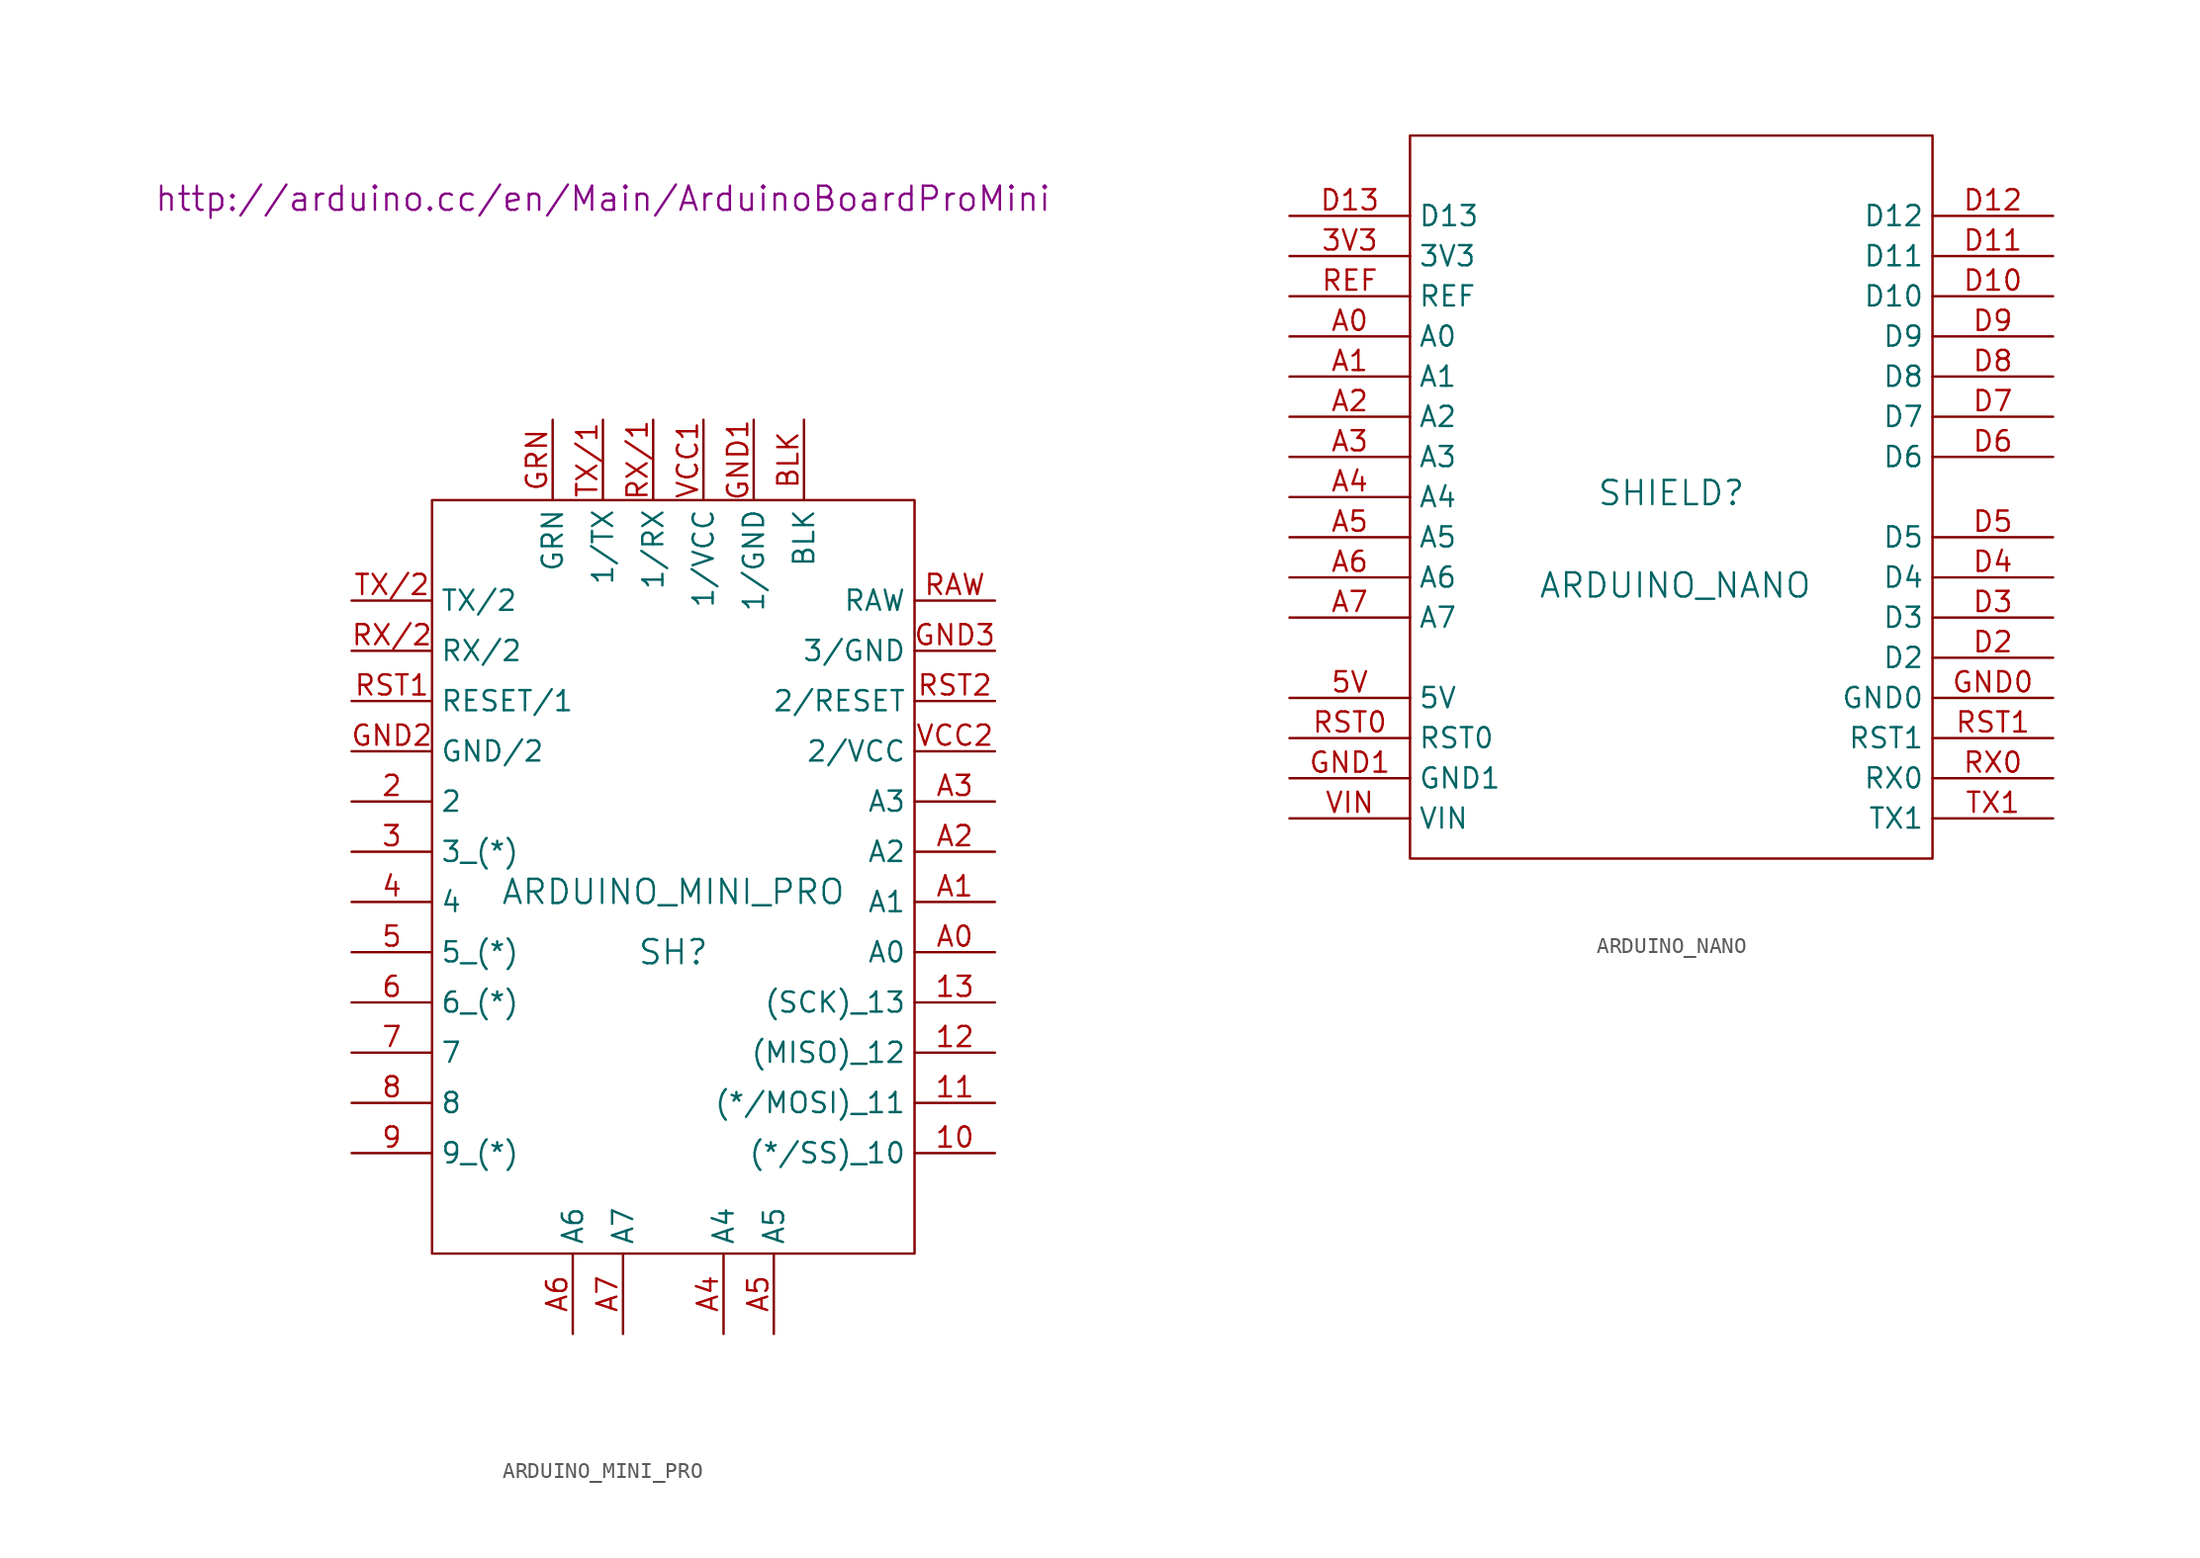
<source format=kicad_sym>
(kicad_symbol_lib
  (version 20201005)
  (generator kicad_symbol_editor)
  (symbol "Zimprich:ARDUINO_MINI_PRO"
    (property "Reference" "SH"
      (at 0 -3.81 0)
      (effects (font (size 1.524 1.524))))
    (property "Value" "ARDUINO_MINI_PRO"
      (at 0 0 0)
      (effects (font (size 1.524 1.524))))
    (property "Footprint" ""
      (at -4.445 43.815 0)
      (effects (font (size 1.524 1.524))))
    (property "Datasheet" "http://arduino.cc/en/Main/ArduinoBoardProMini"
      (at -4.445 43.815 0)
      (effects (font (size 1.524 1.524))))
    (symbol "ARDUINO_MINI_PRO_0_1"
      (rectangle (start 15.24 24.765) (end -15.24 -22.86) (stroke (width 0)) (fill (type none))))
    (symbol "ARDUINO_MINI_PRO_1_1"
      (pin input line (at 20.32 -16.51 180) (length 5.08) (name "(*/SS)_10" (effects (font (size 1.27 1.27)))) (number "10" (effects (font (size 1.27 1.27)))))
      (pin input line (at 20.32 -13.335 180) (length 5.08) (name "(*/MOSI)_11" (effects (font (size 1.27 1.27)))) (number "11" (effects (font (size 1.27 1.27)))))
      (pin input line (at 20.32 -10.16 180) (length 5.08) (name "(MISO)_12" (effects (font (size 1.27 1.27)))) (number "12" (effects (font (size 1.27 1.27)))))
      (pin input line (at 20.32 -6.985 180) (length 5.08) (name "(SCK)_13" (effects (font (size 1.27 1.27)))) (number "13" (effects (font (size 1.27 1.27)))))
      (pin input line (at -20.32 5.715 0) (length 5.08) (name "2" (effects (font (size 1.27 1.27)))) (number "2" (effects (font (size 1.27 1.27)))))
      (pin input line (at -20.32 2.54 0) (length 5.08) (name "3_(*)" (effects (font (size 1.27 1.27)))) (number "3" (effects (font (size 1.27 1.27)))))
      (pin input line (at -20.32 -0.635 0) (length 5.08) (name "4" (effects (font (size 1.27 1.27)))) (number "4" (effects (font (size 1.27 1.27)))))
      (pin input line (at -20.32 -3.81 0) (length 5.08) (name "5_(*)" (effects (font (size 1.27 1.27)))) (number "5" (effects (font (size 1.27 1.27)))))
      (pin input line (at -20.32 -6.985 0) (length 5.08) (name "6_(*)" (effects (font (size 1.27 1.27)))) (number "6" (effects (font (size 1.27 1.27)))))
      (pin input line (at -20.32 -10.16 0) (length 5.08) (name "7" (effects (font (size 1.27 1.27)))) (number "7" (effects (font (size 1.27 1.27)))))
      (pin input line (at -20.32 -13.335 0) (length 5.08) (name "8" (effects (font (size 1.27 1.27)))) (number "8" (effects (font (size 1.27 1.27)))))
      (pin input line (at -20.32 -16.51 0) (length 5.08) (name "9_(*)" (effects (font (size 1.27 1.27)))) (number "9" (effects (font (size 1.27 1.27)))))
      (pin input line (at 20.32 -3.81 180) (length 5.08) (name "A0" (effects (font (size 1.27 1.27)))) (number "A0" (effects (font (size 1.27 1.27)))))
      (pin input line (at 20.32 -0.635 180) (length 5.08) (name "A1" (effects (font (size 1.27 1.27)))) (number "A1" (effects (font (size 1.27 1.27)))))
      (pin input line (at 20.32 2.54 180) (length 5.08) (name "A2" (effects (font (size 1.27 1.27)))) (number "A2" (effects (font (size 1.27 1.27)))))
      (pin input line (at 20.32 5.715 180) (length 5.08) (name "A3" (effects (font (size 1.27 1.27)))) (number "A3" (effects (font (size 1.27 1.27)))))
      (pin input line (at 3.175 -27.94 90) (length 5.08) (name "A4" (effects (font (size 1.27 1.27)))) (number "A4" (effects (font (size 1.27 1.27)))))
      (pin input line (at 6.35 -27.94 90) (length 5.08) (name "A5" (effects (font (size 1.27 1.27)))) (number "A5" (effects (font (size 1.27 1.27)))))
      (pin input line (at -6.35 -27.94 90) (length 5.08) (name "A6" (effects (font (size 1.27 1.27)))) (number "A6" (effects (font (size 1.27 1.27)))))
      (pin input line (at -3.175 -27.94 90) (length 5.08) (name "A7" (effects (font (size 1.27 1.27)))) (number "A7" (effects (font (size 1.27 1.27)))))
      (pin input line (at 8.255 29.845 270) (length 5.08) (name "BLK" (effects (font (size 1.27 1.27)))) (number "BLK" (effects (font (size 1.27 1.27)))))
      (pin input line (at 5.08 29.845 270) (length 5.08) (name "1/GND" (effects (font (size 1.27 1.27)))) (number "GND1" (effects (font (size 1.27 1.27)))))
      (pin input line (at -20.32 8.89 0) (length 5.08) (name "GND/2" (effects (font (size 1.27 1.27)))) (number "GND2" (effects (font (size 1.27 1.27)))))
      (pin input line (at 20.32 15.24 180) (length 5.08) (name "3/GND" (effects (font (size 1.27 1.27)))) (number "GND3" (effects (font (size 1.27 1.27)))))
      (pin input line (at -7.62 29.845 270) (length 5.08) (name "GRN" (effects (font (size 1.27 1.27)))) (number "GRN" (effects (font (size 1.27 1.27)))))
      (pin input line (at 20.32 18.415 180) (length 5.08) (name "RAW" (effects (font (size 1.27 1.27)))) (number "RAW" (effects (font (size 1.27 1.27)))))
      (pin input line (at -20.32 12.065 0) (length 5.08) (name "RESET/1" (effects (font (size 1.27 1.27)))) (number "RST1" (effects (font (size 1.27 1.27)))))
      (pin input line (at 20.32 12.065 180) (length 5.08) (name "2/RESET" (effects (font (size 1.27 1.27)))) (number "RST2" (effects (font (size 1.27 1.27)))))
      (pin input line (at -1.27 29.845 270) (length 5.08) (name "1/RX" (effects (font (size 1.27 1.27)))) (number "RX/1" (effects (font (size 1.27 1.27)))))
      (pin input line (at -20.32 15.24 0) (length 5.08) (name "RX/2" (effects (font (size 1.27 1.27)))) (number "RX/2" (effects (font (size 1.27 1.27)))))
      (pin input line (at -4.445 29.845 270) (length 5.08) (name "1/TX" (effects (font (size 1.27 1.27)))) (number "TX/1" (effects (font (size 1.27 1.27)))))
      (pin input line (at -20.32 18.415 0) (length 5.08) (name "TX/2" (effects (font (size 1.27 1.27)))) (number "TX/2" (effects (font (size 1.27 1.27)))))
      (pin input line (at 1.905 29.845 270) (length 5.08) (name "1/VCC" (effects (font (size 1.27 1.27)))) (number "VCC1" (effects (font (size 1.27 1.27)))))
      (pin input line (at 20.32 8.89 180) (length 5.08) (name "2/VCC" (effects (font (size 1.27 1.27)))) (number "VCC2" (effects (font (size 1.27 1.27)))))))
  (symbol "Zimprich:ARDUINO_NANO"
    (property "Reference" "SHIELD"
      (at 0 0.254 0)
      (effects (font (size 1.524 1.524))))
    (property "Value" "ARDUINO_NANO"
      (at 0.254 -5.588 0)
      (effects (font (size 1.524 1.524))))
    (property "Footprint" ""
      (at 0 0 0)
      (effects (font (size 1.524 1.524))))
    (property "Datasheet" ""
      (at 0 0 0)
      (effects (font (size 1.524 1.524))))
    (symbol "ARDUINO_NANO_0_1"
      (rectangle (start -16.51 -22.86) (end 16.51 22.86) (stroke (width 0)) (fill (type none))))
    (symbol "ARDUINO_NANO_1_1"
      (pin power_out line (at -24.13 15.24 0) (length 7.62) (name "3V3" (effects (font (size 1.27 1.27)))) (number "3V3" (effects (font (size 1.27 1.27)))))
      (pin power_out line (at -24.13 -12.7 0) (length 7.62) (name "5V" (effects (font (size 1.27 1.27)))) (number "5V" (effects (font (size 1.27 1.27)))))
      (pin bidirectional line (at -24.13 10.16 0) (length 7.62) (name "A0" (effects (font (size 1.27 1.27)))) (number "A0" (effects (font (size 1.27 1.27)))))
      (pin bidirectional line (at -24.13 7.62 0) (length 7.62) (name "A1" (effects (font (size 1.27 1.27)))) (number "A1" (effects (font (size 1.27 1.27)))))
      (pin bidirectional line (at -24.13 5.08 0) (length 7.62) (name "A2" (effects (font (size 1.27 1.27)))) (number "A2" (effects (font (size 1.27 1.27)))))
      (pin bidirectional line (at -24.13 2.54 0) (length 7.62) (name "A3" (effects (font (size 1.27 1.27)))) (number "A3" (effects (font (size 1.27 1.27)))))
      (pin bidirectional line (at -24.13 0 0) (length 7.62) (name "A4" (effects (font (size 1.27 1.27)))) (number "A4" (effects (font (size 1.27 1.27)))))
      (pin bidirectional line (at -24.13 -2.54 0) (length 7.62) (name "A5" (effects (font (size 1.27 1.27)))) (number "A5" (effects (font (size 1.27 1.27)))))
      (pin bidirectional line (at -24.13 -5.08 0) (length 7.62) (name "A6" (effects (font (size 1.27 1.27)))) (number "A6" (effects (font (size 1.27 1.27)))))
      (pin bidirectional line (at -24.13 -7.62 0) (length 7.62) (name "A7" (effects (font (size 1.27 1.27)))) (number "A7" (effects (font (size 1.27 1.27)))))
      (pin bidirectional line (at 24.13 12.7 180) (length 7.62) (name "D10" (effects (font (size 1.27 1.27)))) (number "D10" (effects (font (size 1.27 1.27)))))
      (pin bidirectional line (at 24.13 15.24 180) (length 7.62) (name "D11" (effects (font (size 1.27 1.27)))) (number "D11" (effects (font (size 1.27 1.27)))))
      (pin bidirectional line (at 24.13 17.78 180) (length 7.62) (name "D12" (effects (font (size 1.27 1.27)))) (number "D12" (effects (font (size 1.27 1.27)))))
      (pin bidirectional line (at -24.13 17.78 0) (length 7.62) (name "D13" (effects (font (size 1.27 1.27)))) (number "D13" (effects (font (size 1.27 1.27)))))
      (pin bidirectional line (at 24.13 -10.16 180) (length 7.62) (name "D2" (effects (font (size 1.27 1.27)))) (number "D2" (effects (font (size 1.27 1.27)))))
      (pin bidirectional line (at 24.13 -7.62 180) (length 7.62) (name "D3" (effects (font (size 1.27 1.27)))) (number "D3" (effects (font (size 1.27 1.27)))))
      (pin bidirectional line (at 24.13 -5.08 180) (length 7.62) (name "D4" (effects (font (size 1.27 1.27)))) (number "D4" (effects (font (size 1.27 1.27)))))
      (pin bidirectional line (at 24.13 -2.54 180) (length 7.62) (name "D5" (effects (font (size 1.27 1.27)))) (number "D5" (effects (font (size 1.27 1.27)))))
      (pin bidirectional line (at 24.13 2.54 180) (length 7.62) (name "D6" (effects (font (size 1.27 1.27)))) (number "D6" (effects (font (size 1.27 1.27)))))
      (pin bidirectional line (at 24.13 5.08 180) (length 7.62) (name "D7" (effects (font (size 1.27 1.27)))) (number "D7" (effects (font (size 1.27 1.27)))))
      (pin bidirectional line (at 24.13 7.62 180) (length 7.62) (name "D8" (effects (font (size 1.27 1.27)))) (number "D8" (effects (font (size 1.27 1.27)))))
      (pin bidirectional line (at 24.13 10.16 180) (length 7.62) (name "D9" (effects (font (size 1.27 1.27)))) (number "D9" (effects (font (size 1.27 1.27)))))
      (pin bidirectional line (at 24.13 -12.7 180) (length 7.62) (name "GND0" (effects (font (size 1.27 1.27)))) (number "GND0" (effects (font (size 1.27 1.27)))))
      (pin bidirectional line (at -24.13 -17.78 0) (length 7.62) (name "GND1" (effects (font (size 1.27 1.27)))) (number "GND1" (effects (font (size 1.27 1.27)))))
      (pin input line (at -24.13 12.7 0) (length 7.62) (name "REF" (effects (font (size 1.27 1.27)))) (number "REF" (effects (font (size 1.27 1.27)))))
      (pin bidirectional line (at -24.13 -15.24 0) (length 7.62) (name "RST0" (effects (font (size 1.27 1.27)))) (number "RST0" (effects (font (size 1.27 1.27)))))
      (pin bidirectional line (at 24.13 -15.24 180) (length 7.62) (name "RST1" (effects (font (size 1.27 1.27)))) (number "RST1" (effects (font (size 1.27 1.27)))))
      (pin bidirectional line (at 24.13 -17.78 180) (length 7.62) (name "RX0" (effects (font (size 1.27 1.27)))) (number "RX0" (effects (font (size 1.27 1.27)))))
      (pin bidirectional line (at 24.13 -20.32 180) (length 7.62) (name "TX1" (effects (font (size 1.27 1.27)))) (number "TX1" (effects (font (size 1.27 1.27)))))
      (pin bidirectional line (at -24.13 -20.32 0) (length 7.62) (name "VIN" (effects (font (size 1.27 1.27)))) (number "VIN" (effects (font (size 1.27 1.27))))))))
</source>
